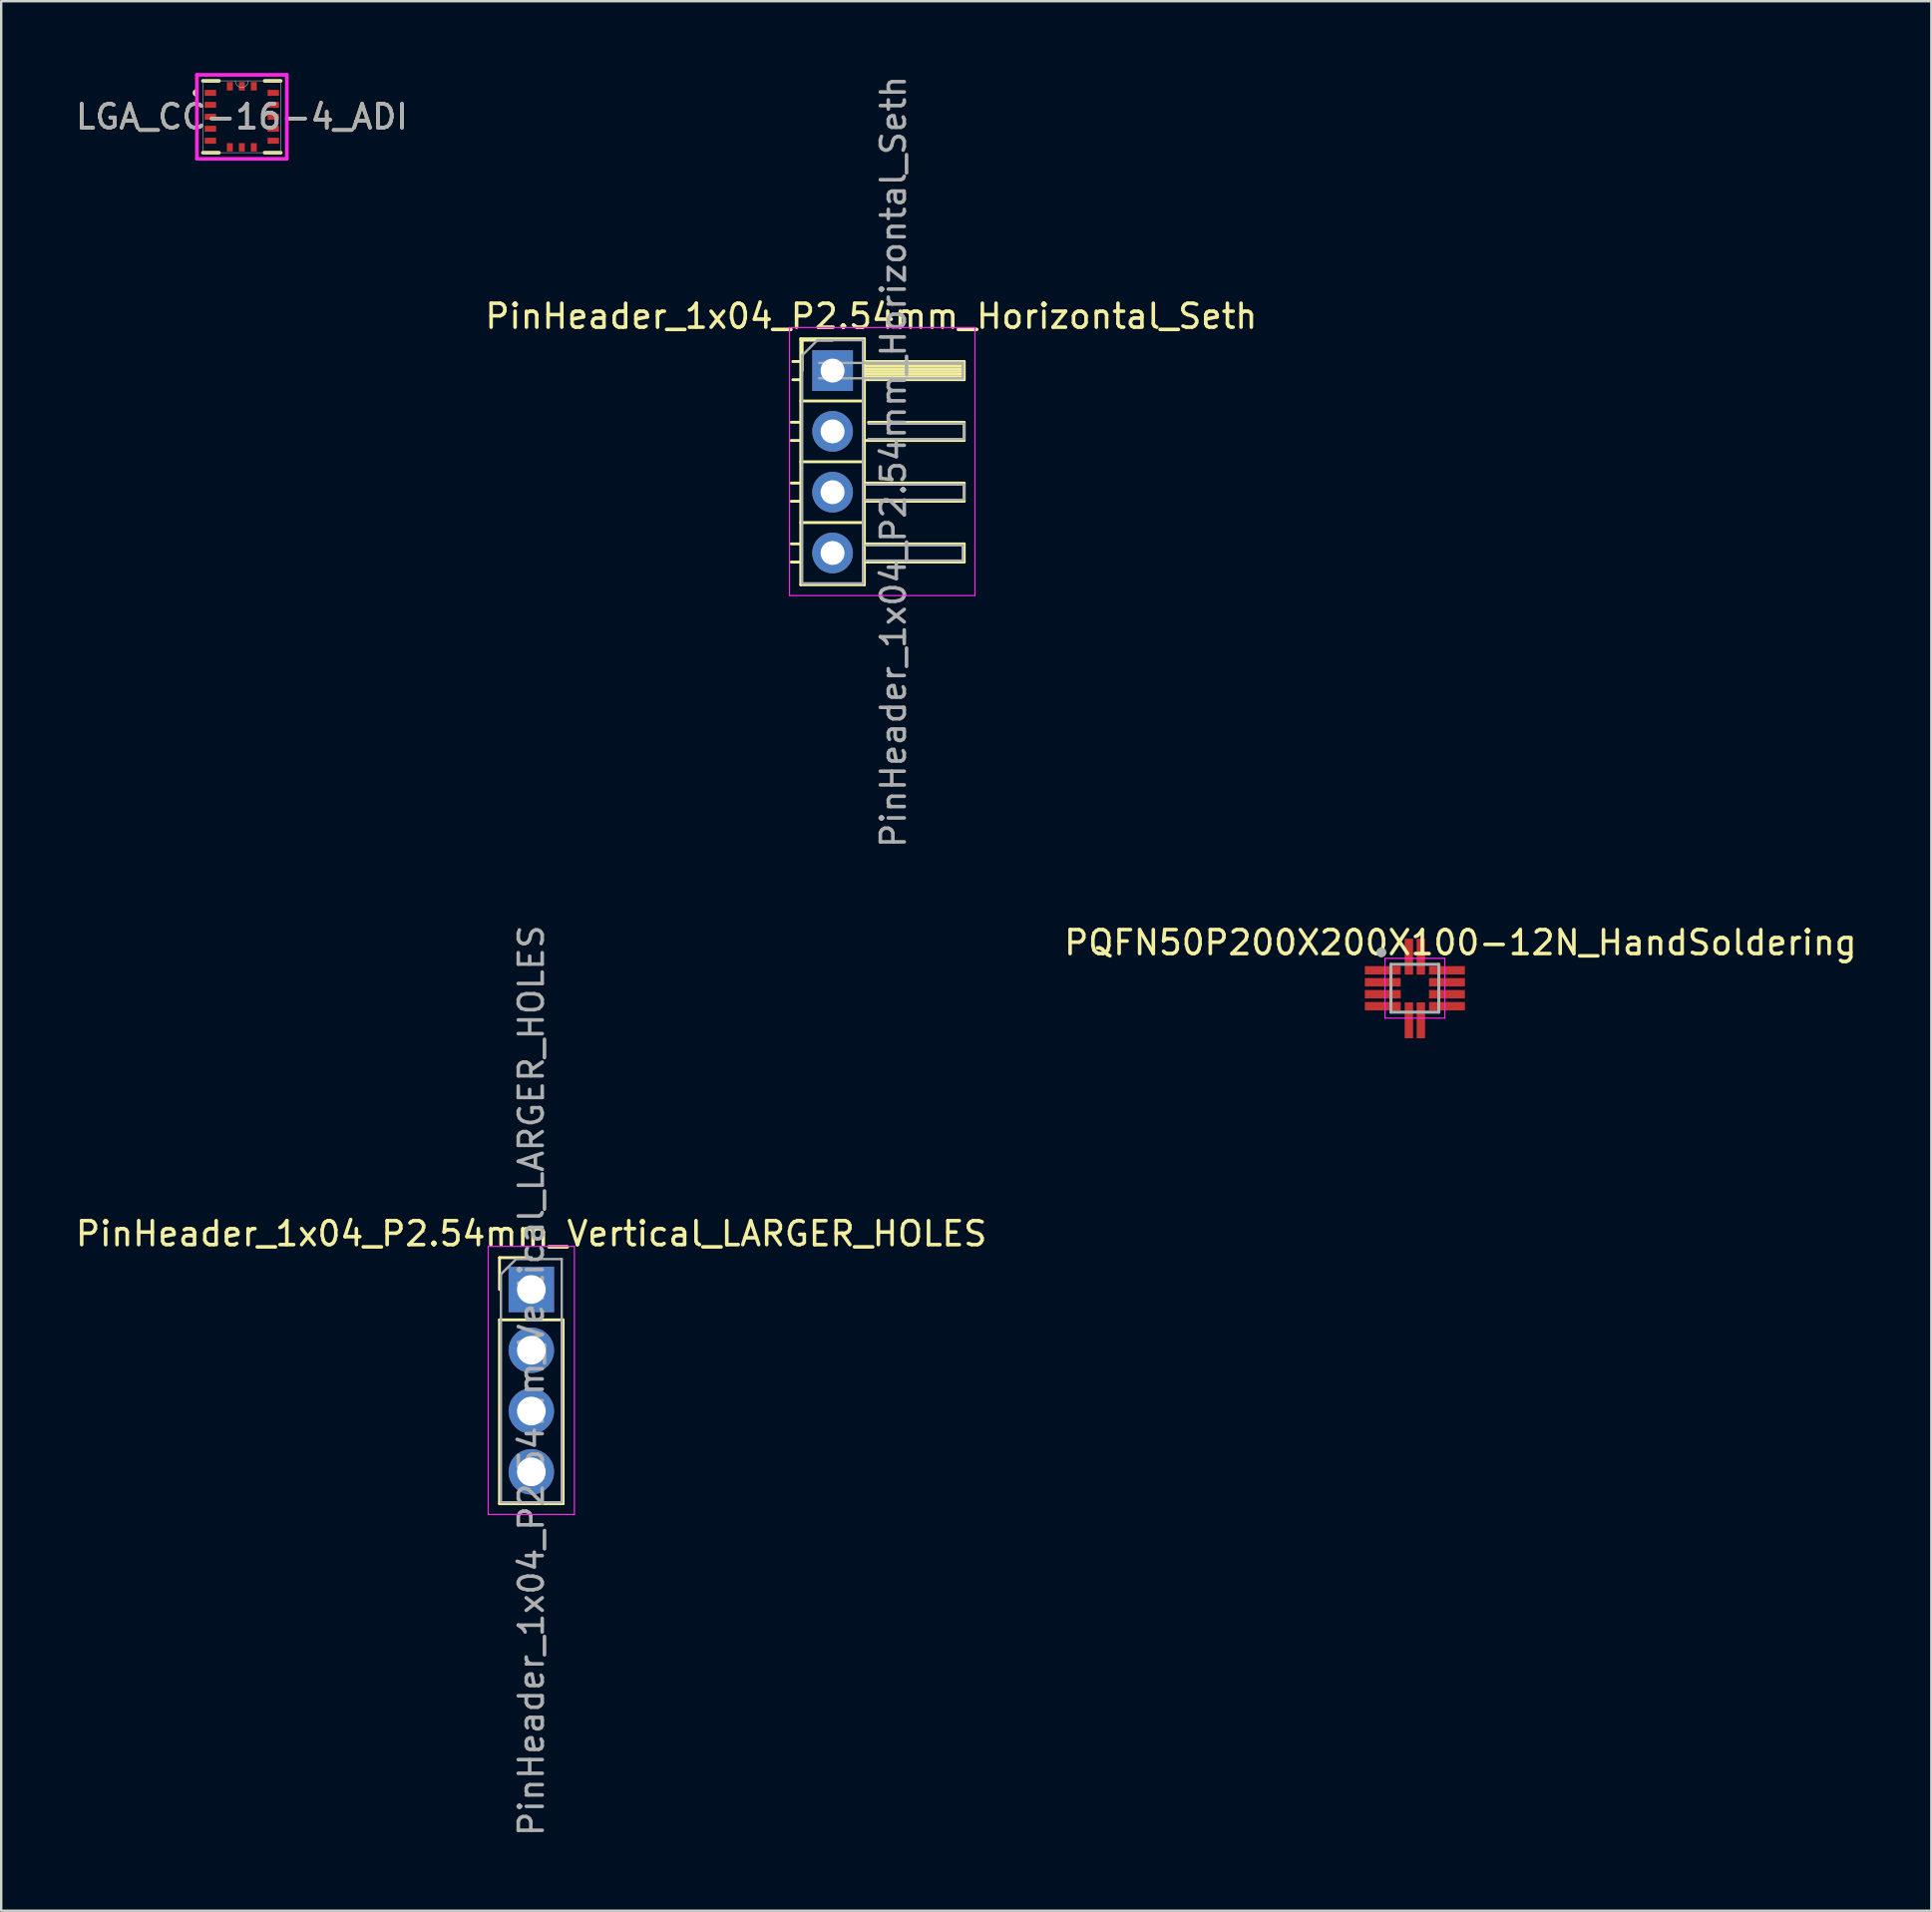
<source format=kicad_pcb>
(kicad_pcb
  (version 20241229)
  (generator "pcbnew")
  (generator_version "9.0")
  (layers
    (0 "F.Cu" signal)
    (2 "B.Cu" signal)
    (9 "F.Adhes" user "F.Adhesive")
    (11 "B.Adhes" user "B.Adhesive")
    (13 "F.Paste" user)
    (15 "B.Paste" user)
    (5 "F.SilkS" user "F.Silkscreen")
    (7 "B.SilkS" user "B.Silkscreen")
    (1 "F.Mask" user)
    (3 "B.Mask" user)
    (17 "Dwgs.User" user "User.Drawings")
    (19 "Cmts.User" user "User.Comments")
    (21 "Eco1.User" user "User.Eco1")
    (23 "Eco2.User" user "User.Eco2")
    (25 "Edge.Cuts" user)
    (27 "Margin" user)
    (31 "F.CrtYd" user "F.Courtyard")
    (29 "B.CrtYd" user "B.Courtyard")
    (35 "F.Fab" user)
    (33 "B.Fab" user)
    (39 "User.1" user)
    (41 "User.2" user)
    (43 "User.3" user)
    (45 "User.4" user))
  (footprint "PinHeader_1x04_P2.54mm_Horizontal_Seth"
    (layer "F.Cu")
    (at 31.736 12.434)
    (property "Reference" "PinHeader_1x04_P2.54mm_Horizontal_Seth" (at 1.615 -2.27 0) (layer "F.SilkS") (effects (font (size 1 1) (thickness 0.15))))
    (attr through_hole)
    (fp_line (start -1.727 2.16) (end -1.33 2.16) (stroke (width 0.12) (type solid)) (layer "F.SilkS"))
    (fp_line (start -1.727 2.92) (end -1.33 2.92) (stroke (width 0.12) (type solid)) (layer "F.SilkS"))
    (fp_line (start -1.727 4.7) (end -1.33 4.7) (stroke (width 0.12) (type solid)) (layer "F.SilkS"))
    (fp_line (start -1.727 5.46) (end -1.33 5.46) (stroke (width 0.12) (type solid)) (layer "F.SilkS"))
    (fp_line (start -1.727 7.24) (end -1.33 7.24) (stroke (width 0.12) (type solid)) (layer "F.SilkS"))
    (fp_line (start -1.727 8) (end -1.33 8) (stroke (width 0.12) (type solid)) (layer "F.SilkS"))
    (fp_line (start -1.66 -0.38) (end -1.33 -0.38) (stroke (width 0.12) (type solid)) (layer "F.SilkS"))
    (fp_line (start -1.66 0.38) (end -1.33 0.38) (stroke (width 0.12) (type solid)) (layer "F.SilkS"))
    (fp_line (start -1.33 -1.33) (end -1.33 8.95) (stroke (width 0.12) (type solid)) (layer "F.SilkS"))
    (fp_line (start -1.33 1.27) (end 1.33 1.27) (stroke (width 0.12) (type solid)) (layer "F.SilkS"))
    (fp_line (start -1.33 3.81) (end 1.33 3.81) (stroke (width 0.12) (type solid)) (layer "F.SilkS"))
    (fp_line (start -1.33 6.35) (end 1.33 6.35) (stroke (width 0.12) (type solid)) (layer "F.SilkS"))
    (fp_line (start -1.33 8.95) (end 1.33 8.95) (stroke (width 0.12) (type solid)) (layer "F.SilkS"))
    (fp_line (start -1.27 -1.27) (end 0 -1.27) (stroke (width 0.12) (type solid)) (layer "F.SilkS"))
    (fp_line (start -1.27 0) (end -1.27 -1.27) (stroke (width 0.12) (type solid)) (layer "F.SilkS"))
    (fp_line (start 1.33 -1.33) (end -1.33 -1.33) (stroke (width 0.12) (type solid)) (layer "F.SilkS"))
    (fp_line (start 1.33 8.95) (end 1.33 -1.33) (stroke (width 0.12) (type solid)) (layer "F.SilkS"))
    (fp_line (start 1.4 -0.38) (end 5.5 -0.38) (stroke (width 0.12) (type solid)) (layer "F.SilkS"))
    (fp_line (start 1.4 -0.32) (end 5.5 -0.32) (stroke (width 0.12) (type solid)) (layer "F.SilkS"))
    (fp_line (start 1.4 -0.2) (end 5.5 -0.2) (stroke (width 0.12) (type solid)) (layer "F.SilkS"))
    (fp_line (start 1.4 -0.08) (end 5.5 -0.08) (stroke (width 0.12) (type solid)) (layer "F.SilkS"))
    (fp_line (start 1.4 0.04) (end 5.5 0.04) (stroke (width 0.12) (type solid)) (layer "F.SilkS"))
    (fp_line (start 1.4 0.16) (end 5.5 0.16) (stroke (width 0.12) (type solid)) (layer "F.SilkS"))
    (fp_line (start 1.4 0.28) (end 5.5 0.28) (stroke (width 0.12) (type solid)) (layer "F.SilkS"))
    (fp_line (start 1.4 4.7) (end 5.5 4.7) (stroke (width 0.12) (type solid)) (layer "F.SilkS"))
    (fp_line (start 1.4 7.24) (end 5.5 7.24) (stroke (width 0.12) (type solid)) (layer "F.SilkS"))
    (fp_line (start 1.5 2.16) (end 5.5 2.16) (stroke (width 0.12) (type solid)) (layer "F.SilkS"))
    (fp_line (start 5.5 -0.38) (end 5.5 0.38) (stroke (width 0.12) (type solid)) (layer "F.SilkS"))
    (fp_line (start 5.5 0.38) (end 1.4 0.38) (stroke (width 0.12) (type solid)) (layer "F.SilkS"))
    (fp_line (start 5.5 2.16) (end 5.5 2.92) (stroke (width 0.12) (type solid)) (layer "F.SilkS"))
    (fp_line (start 5.5 2.92) (end 1.33 2.92) (stroke (width 0.12) (type solid)) (layer "F.SilkS"))
    (fp_line (start 5.5 4.7) (end 5.5 5.46) (stroke (width 0.12) (type solid)) (layer "F.SilkS"))
    (fp_line (start 5.5 5.46) (end 1.4 5.46) (stroke (width 0.12) (type solid)) (layer "F.SilkS"))
    (fp_line (start 5.5 7.24) (end 5.5 8) (stroke (width 0.12) (type solid)) (layer "F.SilkS"))
    (fp_line (start 5.5 8) (end 1.4 8) (stroke (width 0.12) (type solid)) (layer "F.SilkS"))
    (fp_line (start -1.8 -1.8) (end -1.8 9.4) (stroke (width 0.05) (type solid)) (layer "F.CrtYd"))
    (fp_line (start -1.8 9.4) (end 5.95 9.4) (stroke (width 0.05) (type solid)) (layer "F.CrtYd"))
    (fp_line (start 5.95 -1.8) (end -1.8 -1.8) (stroke (width 0.05) (type solid)) (layer "F.CrtYd"))
    (fp_line (start 5.95 9.4) (end 5.95 -1.8) (stroke (width 0.05) (type solid)) (layer "F.CrtYd"))
    (fp_line (start -1.27 -0.635) (end -0.635 -1.27) (stroke (width 0.1) (type solid)) (layer "F.Fab"))
    (fp_line (start -1.27 8.89) (end -1.27 -0.635) (stroke (width 0.1) (type solid)) (layer "F.Fab"))
    (fp_line (start -0.635 -1.27) (end 1.27 -1.27) (stroke (width 0.1) (type solid)) (layer "F.Fab"))
    (fp_line (start -0.56 -0.32) (end 5.44 -0.32) (stroke (width 0.1) (type solid)) (layer "F.Fab"))
    (fp_line (start -0.56 0.32) (end 5.44 0.32) (stroke (width 0.1) (type solid)) (layer "F.Fab"))
    (fp_line (start -0.32 -0.32) (end -0.32 0.32) (stroke (width 0.1) (type solid)) (layer "F.Fab"))
    (fp_line (start -0.32 2.22) (end -0.32 2.86) (stroke (width 0.1) (type solid)) (layer "F.Fab"))
    (fp_line (start -0.32 4.76) (end -0.32 5.4) (stroke (width 0.1) (type solid)) (layer "F.Fab"))
    (fp_line (start -0.32 7.3) (end -0.32 7.94) (stroke (width 0.1) (type solid)) (layer "F.Fab"))
    (fp_line (start 1.27 -1.27) (end 1.27 8.89) (stroke (width 0.1) (type solid)) (layer "F.Fab"))
    (fp_line (start 1.27 8.89) (end -1.27 8.89) (stroke (width 0.1) (type solid)) (layer "F.Fab"))
    (fp_line (start 1.4 4.76) (end 5.44 4.76) (stroke (width 0.1) (type solid)) (layer "F.Fab"))
    (fp_line (start 1.4 5.4) (end 5.44 5.4) (stroke (width 0.1) (type solid)) (layer "F.Fab"))
    (fp_line (start 1.4 7.3) (end 5.44 7.3) (stroke (width 0.1) (type solid)) (layer "F.Fab"))
    (fp_line (start 1.4 7.94) (end 5.44 7.94) (stroke (width 0.1) (type solid)) (layer "F.Fab"))
    (fp_line (start 1.5 2.22) (end 5.5 2.22) (stroke (width 0.1) (type solid)) (layer "F.Fab"))
    (fp_line (start 1.5 2.86) (end 5.5 2.86) (stroke (width 0.1) (type solid)) (layer "F.Fab"))
    (fp_line (start 5.44 -0.32) (end 5.44 0.32) (stroke (width 0.1) (type solid)) (layer "F.Fab"))
    (fp_line (start 5.44 7.3) (end 5.44 7.94) (stroke (width 0.1) (type solid)) (layer "F.Fab"))
    (fp_line (start 5.5 2.22) (end 5.5 2.86) (stroke (width 0.1) (type solid)) (layer "F.Fab"))
    (fp_line (start 5.5 4.76) (end 5.5 5.4) (stroke (width 0.1) (type solid)) (layer "F.Fab"))
    (fp_text user "${REFERENCE}" (at 2.54 3.81 90) (layer "F.Fab") (effects (font (size 1 1) (thickness 0.15))))
    (pad "1" thru_hole rect (at 0 0) (size 1.7 1.7) (drill 1) (layers "*.Cu" "*.Mask"))
    (pad "2" thru_hole oval (at 0 2.54) (size 1.7 1.7) (drill 1) (layers "*.Cu" "*.Mask"))
    (pad "3" thru_hole oval (at 0 5.08) (size 1.7 1.7) (drill 1) (layers "*.Cu" "*.Mask"))
    (pad "4" thru_hole oval (at 0 7.62) (size 1.7 1.7) (drill 1) (layers "*.Cu" "*.Mask")))
  (footprint "PinHeader_1x04_P2.54mm_Vertical_LARGER_HOLES"
    (layer "F.Cu")
    (at 19.149 50.827)
    (property "Reference" "PinHeader_1x04_P2.54mm_Vertical_LARGER_HOLES" (at 0 -2.33 180) (layer "F.SilkS") (effects (font (size 1 1) (thickness 0.15))))
    (attr through_hole)
    (fp_line (start -1.33 -1.33) (end 0 -1.33) (stroke (width 0.12) (type solid)) (layer "F.SilkS"))
    (fp_line (start -1.33 0) (end -1.33 -1.33) (stroke (width 0.12) (type solid)) (layer "F.SilkS"))
    (fp_line (start -1.33 1.27) (end -1.33 8.95) (stroke (width 0.12) (type solid)) (layer "F.SilkS"))
    (fp_line (start -1.33 1.27) (end 1.33 1.27) (stroke (width 0.12) (type solid)) (layer "F.SilkS"))
    (fp_line (start -1.33 8.95) (end 1.33 8.95) (stroke (width 0.12) (type solid)) (layer "F.SilkS"))
    (fp_line (start 1.33 1.27) (end 1.33 8.95) (stroke (width 0.12) (type solid)) (layer "F.SilkS"))
    (fp_line (start -1.8 -1.8) (end -1.8 9.4) (stroke (width 0.05) (type solid)) (layer "F.CrtYd"))
    (fp_line (start -1.8 9.4) (end 1.8 9.4) (stroke (width 0.05) (type solid)) (layer "F.CrtYd"))
    (fp_line (start 1.8 -1.8) (end -1.8 -1.8) (stroke (width 0.05) (type solid)) (layer "F.CrtYd"))
    (fp_line (start 1.8 9.4) (end 1.8 -1.8) (stroke (width 0.05) (type solid)) (layer "F.CrtYd"))
    (fp_line (start -1.27 -0.635) (end -0.635 -1.27) (stroke (width 0.1) (type solid)) (layer "F.Fab"))
    (fp_line (start -1.27 8.89) (end -1.27 -0.635) (stroke (width 0.1) (type solid)) (layer "F.Fab"))
    (fp_line (start -0.635 -1.27) (end 1.27 -1.27) (stroke (width 0.1) (type solid)) (layer "F.Fab"))
    (fp_line (start 1.27 -1.27) (end 1.27 8.89) (stroke (width 0.1) (type solid)) (layer "F.Fab"))
    (fp_line (start 1.27 8.89) (end -1.27 8.89) (stroke (width 0.1) (type solid)) (layer "F.Fab"))
    (fp_text user "${REFERENCE}" (at 0 3.81 90) (layer "F.Fab") (effects (font (size 1 1) (thickness 0.15))))
    (pad "1" thru_hole rect (at 0 0) (size 1.9 1.9) (drill 1.2) (layers "*.Cu" "*.Mask"))
    (pad "2" thru_hole oval (at 0 2.54) (size 1.9 1.9) (drill 1.2) (layers "*.Cu" "*.Mask"))
    (pad "3" thru_hole oval (at 0 5.08) (size 1.9 1.9) (drill 1.2) (layers "*.Cu" "*.Mask"))
    (pad "4" thru_hole oval (at 0 7.62) (size 1.9 1.9) (drill 1.2) (layers "*.Cu" "*.Mask")))
  (footprint "LGA_CC-16-4_ADI"
    (layer "F.Cu")
    (at 7.054 1.83)
    (property "Reference" "LGA_CC-16-4_ADI" (at 0 0 0) (unlocked yes) (layer "F.SilkS") (effects (font (size 1 1) (thickness 0.15))))
    (attr smd)
    (fp_line (start -1.625 1.5) (end -0.954 1.5) (stroke (width 0.152) (type solid)) (layer "F.SilkS"))
    (fp_line (start -0.954 -1.5) (end -1.625 -1.5) (stroke (width 0.152) (type solid)) (layer "F.SilkS"))
    (fp_line (start 0.954 1.5) (end 1.625 1.5) (stroke (width 0.152) (type solid)) (layer "F.SilkS"))
    (fp_line (start 1.625 -1.5) (end 0.954 -1.5) (stroke (width 0.152) (type solid)) (layer "F.SilkS"))
    (fp_arc (start -1.882785 -0.926439) (mid -1.977908 -1.000252) (end -1.882785 -1.074065) (stroke (width 0.1524) (type solid)) (layer "F.SilkS"))
    (fp_line (start -1.879 -1.754) (end 1.879 -1.754) (stroke (width 0.152) (type solid)) (layer "F.CrtYd"))
    (fp_line (start -1.879 1.754) (end -1.879 -1.754) (stroke (width 0.152) (type solid)) (layer "F.CrtYd"))
    (fp_line (start 1.879 -1.754) (end 1.879 1.754) (stroke (width 0.152) (type solid)) (layer "F.CrtYd"))
    (fp_line (start 1.879 1.754) (end -1.879 1.754) (stroke (width 0.152) (type solid)) (layer "F.CrtYd"))
    (fp_line (start -1.625 -1.5) (end -1.625 1.5) (stroke (width 0.025) (type solid)) (layer "F.Fab"))
    (fp_line (start -1.625 1.5) (end 1.625 1.5) (stroke (width 0.025) (type solid)) (layer "F.Fab"))
    (fp_line (start 1.625 -1.5) (end -1.625 -1.5) (stroke (width 0.025) (type solid)) (layer "F.Fab"))
    (fp_line (start 1.625 1.5) (end 1.625 -1.5) (stroke (width 0.025) (type solid)) (layer "F.Fab"))
    (fp_arc (start 0.270833 -1.5) (mid 0 -1.229166) (end -0.270833 -1.5) (stroke (width 0.0254) (type solid)) (layer "F.Fab"))
    (fp_circle (center -1.902 -1) (end -1.826 -1) (stroke (width 0.025) (type solid)) (fill no) (layer "F.Fab"))
    (fp_text user "${REFERENCE}" (at 0 0 0) (unlocked yes) (layer "F.Fab") (effects (font (size 1 1) (thickness 0.15))))
    (pad "1" smd rect (at -1.313 -1) (size 0.475 0.25) (layers "F.Cu" "F.Mask" "F.Paste"))
    (pad "2" smd rect (at -1.313 -0.5) (size 0.475 0.25) (layers "F.Cu" "F.Mask" "F.Paste"))
    (pad "3" smd rect (at -1.313 0) (size 0.475 0.25) (layers "F.Cu" "F.Mask" "F.Paste"))
    (pad "4" smd rect (at -1.313 0.5) (size 0.475 0.25) (layers "F.Cu" "F.Mask" "F.Paste"))
    (pad "5" smd rect (at -1.313 1) (size 0.475 0.25) (layers "F.Cu" "F.Mask" "F.Paste"))
    (pad "6" smd rect (at -0.5 1.275) (size 0.25 0.35) (layers "F.Cu" "F.Mask" "F.Paste"))
    (pad "7" smd rect (at 0 1.275) (size 0.25 0.35) (layers "F.Cu" "F.Mask" "F.Paste"))
    (pad "8" smd rect (at 0.5 1.275) (size 0.25 0.35) (layers "F.Cu" "F.Mask" "F.Paste"))
    (pad "9" smd rect (at 1.313 1) (size 0.475 0.25) (layers "F.Cu" "F.Mask" "F.Paste"))
    (pad "10" smd rect (at 1.313 0.5) (size 0.475 0.25) (layers "F.Cu" "F.Mask" "F.Paste"))
    (pad "11" smd rect (at 1.313 0) (size 0.475 0.25) (layers "F.Cu" "F.Mask" "F.Paste"))
    (pad "12" smd rect (at 1.313 -0.5) (size 0.475 0.25) (layers "F.Cu" "F.Mask" "F.Paste"))
    (pad "13" smd rect (at 1.313 -1) (size 0.475 0.25) (layers "F.Cu" "F.Mask" "F.Paste"))
    (pad "14" smd rect (at 0.5 -1.275) (size 0.25 0.35) (layers "F.Cu" "F.Mask" "F.Paste"))
    (pad "15" smd rect (at 0 -1.275) (size 0.25 0.35) (layers "F.Cu" "F.Mask" "F.Paste"))
    (pad "16" smd rect (at -0.5 -1.275) (size 0.25 0.35) (layers "F.Cu" "F.Mask" "F.Paste")))
  (footprint "PQFN50P200X200X100-12N_HandSoldering"
    (layer "F.Cu")
    (at 56.065 38.241)
    (property "Reference" "PQFN50P200X200X100-12N_HandSoldering" (at 1.905 -1.905 0) (layer "F.SilkS") (effects (font (size 1 1) (thickness 0.15))))
    (attr smd)
    (fp_circle (center -1.4 -1.5) (end -1.3 -1.5) (stroke (width 0.2) (type solid)) (fill no) (layer "F.SilkS"))
    (fp_line (start -1.25 -1.25) (end 1.25 -1.25) (stroke (width 0.05) (type solid)) (layer "F.CrtYd"))
    (fp_line (start -1.25 1.25) (end -1.25 -1.25) (stroke (width 0.05) (type solid)) (layer "F.CrtYd"))
    (fp_line (start 1.25 -1.25) (end 1.25 1.25) (stroke (width 0.05) (type solid)) (layer "F.CrtYd"))
    (fp_line (start 1.25 1.25) (end -1.25 1.25) (stroke (width 0.05) (type solid)) (layer "F.CrtYd"))
    (fp_line (start -1 -1) (end 1 -1) (stroke (width 0.127) (type solid)) (layer "F.Fab"))
    (fp_line (start -1 1) (end -1 -1) (stroke (width 0.127) (type solid)) (layer "F.Fab"))
    (fp_line (start 1 -1) (end 1 1) (stroke (width 0.127) (type solid)) (layer "F.Fab"))
    (fp_line (start 1 1) (end -1 1) (stroke (width 0.127) (type solid)) (layer "F.Fab"))
    (fp_circle (center -1.4 -1.5) (end -1.3 -1.5) (stroke (width 0.2) (type solid)) (fill no) (layer "F.Fab"))
    (pad "1" smd rect (at -1.34 -0.75) (size 1.5 0.35) (layers "F.Cu" "F.Mask" "F.Paste"))
    (pad "2" smd rect (at -1.34 -0.25) (size 1.5 0.35) (layers "F.Cu" "F.Mask" "F.Paste"))
    (pad "3" smd rect (at -1.34 0.25) (size 1.5 0.35) (layers "F.Cu" "F.Mask" "F.Paste"))
    (pad "4" smd rect (at -1.34 0.75) (size 1.5 0.35) (layers "F.Cu" "F.Mask" "F.Paste"))
    (pad "5" smd rect (at -0.25 1.34) (size 0.35 1.5) (layers "F.Cu" "F.Mask" "F.Paste"))
    (pad "6" smd rect (at 0.25 1.34) (size 0.35 1.5) (layers "F.Cu" "F.Mask" "F.Paste"))
    (pad "7" smd rect (at 1.34 0.75) (size 1.5 0.35) (layers "F.Cu" "F.Mask" "F.Paste"))
    (pad "8" smd rect (at 1.34 0.25) (size 1.5 0.35) (layers "F.Cu" "F.Mask" "F.Paste"))
    (pad "9" smd rect (at 1.34 -0.25) (size 1.5 0.35) (layers "F.Cu" "F.Mask" "F.Paste"))
    (pad "10" smd rect (at 1.34 -0.75) (size 1.5 0.35) (layers "F.Cu" "F.Mask" "F.Paste"))
    (pad "11" smd rect (at 0.25 -1.32) (size 0.35 1.5) (layers "F.Cu" "F.Mask" "F.Paste"))
    (pad "12" smd rect (at -0.25 -1.32) (size 0.35 1.5) (layers "F.Cu" "F.Mask" "F.Paste")))
  (gr_rect
    (start -3 -3)
    (end 77.643 76.786)
    (stroke (width 0.1) (type default))
    (fill no)
    (layer "Edge.Cuts")))
</source>
